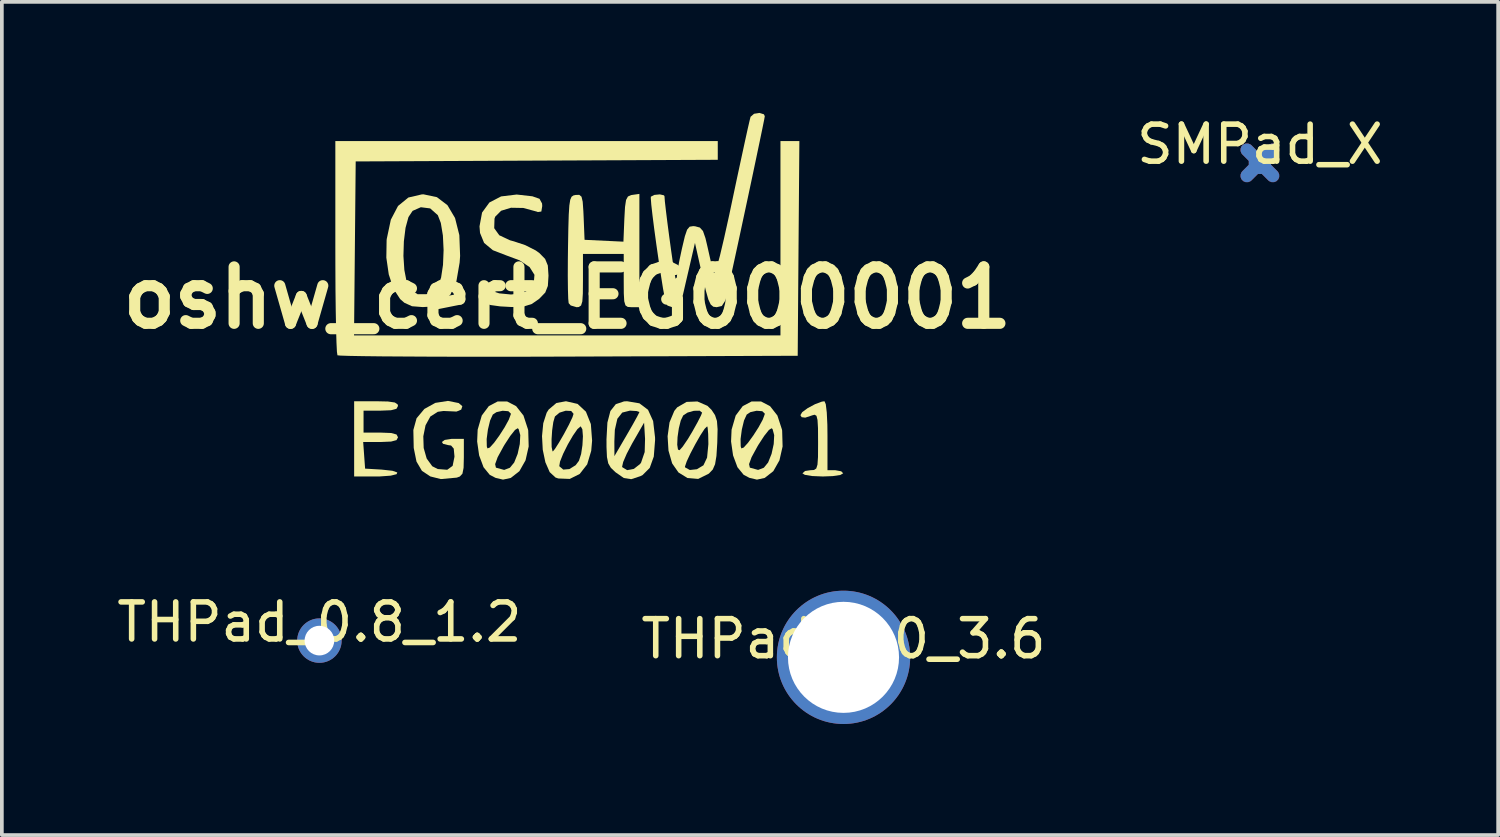
<source format=kicad_pcb>
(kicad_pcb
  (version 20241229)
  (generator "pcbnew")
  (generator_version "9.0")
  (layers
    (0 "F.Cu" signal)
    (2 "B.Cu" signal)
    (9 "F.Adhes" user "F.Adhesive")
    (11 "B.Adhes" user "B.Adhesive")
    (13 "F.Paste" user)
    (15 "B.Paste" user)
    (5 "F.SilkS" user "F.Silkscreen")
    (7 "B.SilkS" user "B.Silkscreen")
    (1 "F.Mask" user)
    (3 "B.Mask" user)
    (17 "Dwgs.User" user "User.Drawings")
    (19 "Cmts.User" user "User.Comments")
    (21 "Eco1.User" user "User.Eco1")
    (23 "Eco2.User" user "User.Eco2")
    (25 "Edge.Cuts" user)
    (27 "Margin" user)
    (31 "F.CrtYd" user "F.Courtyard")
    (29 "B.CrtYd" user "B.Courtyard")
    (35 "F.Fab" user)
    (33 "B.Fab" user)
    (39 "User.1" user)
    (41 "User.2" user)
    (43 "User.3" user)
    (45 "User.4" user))
  (footprint "THPad_3.0_3.6"
    (layer "F.Cu")
    (at 19.732 14.704)
    (property "Reference" "THPad_3.0_3.6" (at 0 -0.5 0) (unlocked yes) (layer "F.SilkS") (effects (font (size 1 1) (thickness 0.15))))
    (attr through_hole board_only exclude_from_pos_files exclude_from_bom)
    (pad "1" thru_hole circle (at 0 0) (size 3.6 3.6) (drill 3) (layers "*.Cu" "*.Mask")))
  (footprint "oshw_cert_EG000001"
    (layer "F.Cu")
    (at 12.272 4.993)
    (property "Reference" "oshw_cert_EG000001" (at 0 0 0) (layer "F.SilkS") (effects (font (size 1.524 1.524) (thickness 0.3))))
    (attr board_only exclude_from_pos_files exclude_from_bom)
    (fp_poly (pts (xy -4.843 2.801) (xy -4.658 2.828) (xy -4.581 2.881) (xy -4.572 2.921) (xy -4.614 2.998) (xy -4.761 3.037) (xy -5.038 3.048) (xy -5.503 3.048) (xy -5.503 3.641) (xy -5.038 3.641) (xy -4.757 3.652) (xy -4.612 3.692) (xy -4.572 3.768) (xy -4.613 3.844) (xy -4.759 3.883) (xy -5.041 3.895) (xy -5.513 3.895) (xy -5.487 4.255) (xy -5.461 4.614) (xy -5.016 4.64) (xy -4.724 4.672) (xy -4.592 4.717) (xy -4.61 4.764) (xy -4.77 4.804) (xy -5.064 4.825) (xy -5.165 4.826) (xy -5.757 4.826) (xy -5.757 2.794) (xy -5.165 2.794)) (stroke (width 0) (type solid)) (fill yes) (layer "F.SilkS"))
    (fp_poly (pts (xy 4.064 -3.727) (xy -0.826 -3.705) (xy -5.715 -3.683) (xy -5.76 1.016) (xy 5.757 1.016) (xy 5.757 -4.233) (xy 6.268 -4.233) (xy 6.245 -1.333) (xy 6.223 1.566) (xy 0.036 1.588) (xy -0.973 1.591) (xy -1.932 1.592) (xy -2.828 1.592) (xy -3.647 1.59) (xy -4.377 1.586) (xy -5.004 1.582) (xy -5.513 1.576) (xy -5.893 1.569) (xy -6.129 1.561) (xy -6.208 1.553) (xy -6.222 1.457) (xy -6.234 1.213) (xy -6.245 0.839) (xy -6.254 0.356) (xy -6.261 -0.217) (xy -6.264 -0.859) (xy -6.265 -1.369) (xy -6.265 -4.233) (xy 4.064 -4.233)) (stroke (width 0) (type solid)) (fill yes) (layer "F.SilkS"))
    (fp_poly (pts (xy 6.981 2.874) (xy 7.008 3.096) (xy 7.024 3.432) (xy 7.027 3.725) (xy 7.027 4.657) (xy 7.239 4.657) (xy 7.398 4.686) (xy 7.451 4.741) (xy 7.373 4.786) (xy 7.167 4.816) (xy 6.9 4.826) (xy 6.613 4.814) (xy 6.416 4.782) (xy 6.35 4.741) (xy 6.422 4.678) (xy 6.562 4.657) (xy 6.661 4.651) (xy 6.724 4.611) (xy 6.757 4.506) (xy 6.771 4.302) (xy 6.773 3.968) (xy 6.773 3.886) (xy 6.771 3.522) (xy 6.758 3.3) (xy 6.73 3.188) (xy 6.68 3.158) (xy 6.625 3.172) (xy 6.427 3.237) (xy 6.33 3.225) (xy 6.296 3.17) (xy 6.344 3.089) (xy 6.494 2.979) (xy 6.69 2.874) (xy 6.874 2.805) (xy 6.946 2.794)) (stroke (width 0) (type solid)) (fill yes) (layer "F.SilkS"))
    (fp_poly (pts (xy -2.933 2.843) (xy -2.835 2.928) (xy -2.865 3.02) (xy -2.992 3.073) (xy -3.093 3.068) (xy -3.344 3.057) (xy -3.498 3.079) (xy -3.699 3.207) (xy -3.829 3.444) (xy -3.889 3.742) (xy -3.879 4.057) (xy -3.798 4.341) (xy -3.647 4.55) (xy -3.499 4.625) (xy -3.243 4.645) (xy -3.097 4.539) (xy -3.048 4.296) (xy -3.048 4.278) (xy -3.067 4.073) (xy -3.139 3.99) (xy -3.217 3.979) (xy -3.355 3.944) (xy -3.387 3.895) (xy -3.312 3.839) (xy -3.129 3.811) (xy -3.09 3.81) (xy -2.794 3.81) (xy -2.794 4.308) (xy -2.801 4.591) (xy -2.832 4.75) (xy -2.903 4.827) (xy -2.985 4.857) (xy -3.416 4.896) (xy -3.699 4.825) (xy -3.926 4.674) (xy -4.073 4.424) (xy -4.148 4.055) (xy -4.158 3.571) (xy -4.071 3.254) (xy -3.86 3.002) (xy -3.564 2.838) (xy -3.223 2.785)) (stroke (width 0) (type solid)) (fill yes) (layer "F.SilkS"))
    (fp_poly (pts (xy 1.947 0.254) (xy 1.736 0.254) (xy 1.633 0.247) (xy 1.571 0.205) (xy 1.538 0.094) (xy 1.526 -0.12) (xy 1.524 -0.466) (xy 1.524 -1.185) (xy 0.423 -1.185) (xy 0.423 -0.466) (xy 0.42 -0.116) (xy 0.406 0.098) (xy 0.372 0.208) (xy 0.311 0.249) (xy 0.251 0.254) (xy 0.092 0.207) (xy 0.037 0.145) (xy 0.025 0.027) (xy 0.017 -0.229) (xy 0.013 -0.593) (xy 0.015 -1.034) (xy 0.019 -1.358) (xy 0.028 -1.873) (xy 0.039 -2.242) (xy 0.055 -2.492) (xy 0.079 -2.646) (xy 0.115 -2.729) (xy 0.167 -2.765) (xy 0.229 -2.778) (xy 0.325 -2.78) (xy 0.384 -2.73) (xy 0.416 -2.594) (xy 0.434 -2.336) (xy 0.441 -2.186) (xy 0.466 -1.566) (xy 0.991 -1.541) (xy 1.516 -1.516) (xy 1.541 -2.134) (xy 1.559 -2.454) (xy 1.587 -2.642) (xy 1.638 -2.736) (xy 1.725 -2.774) (xy 1.757 -2.779) (xy 1.947 -2.806)) (stroke (width 0) (type solid)) (fill yes) (layer "F.SilkS"))
    (fp_poly (pts (xy -3.522 -2.718) (xy -3.237 -2.501) (xy -3.032 -2.155) (xy -2.916 -1.693) (xy -2.895 -1.13) (xy -2.908 -0.951) (xy -2.995 -0.447) (xy -3.155 -0.088) (xy -3.399 0.137) (xy -3.735 0.241) (xy -3.904 0.251) (xy -4.195 0.228) (xy -4.401 0.134) (xy -4.514 0.035) (xy -4.693 -0.24) (xy -4.822 -0.631) (xy -4.888 -1.087) (xy -4.887 -1.13) (xy -4.426 -1.13) (xy -4.401 -0.751) (xy -4.339 -0.432) (xy -4.239 -0.219) (xy -4.239 -0.219) (xy -4.041 -0.096) (xy -3.8 -0.098) (xy -3.577 -0.216) (xy -3.497 -0.309) (xy -3.409 -0.544) (xy -3.357 -0.889) (xy -3.341 -1.288) (xy -3.36 -1.683) (xy -3.416 -2.021) (xy -3.497 -2.231) (xy -3.703 -2.414) (xy -3.956 -2.446) (xy -4.178 -2.348) (xy -4.29 -2.18) (xy -4.369 -1.89) (xy -4.414 -1.525) (xy -4.426 -1.13) (xy -4.887 -1.13) (xy -4.88 -1.558) (xy -4.876 -1.591) (xy -4.766 -2.109) (xy -4.572 -2.48) (xy -4.293 -2.708) (xy -3.928 -2.793) (xy -3.882 -2.794)) (stroke (width 0) (type solid)) (fill yes) (layer "F.SilkS"))
    (fp_poly (pts (xy 1.948 2.85) (xy 2.18 3.025) (xy 2.318 3.329) (xy 2.37 3.771) (xy 2.371 3.844) (xy 2.336 4.288) (xy 2.226 4.595) (xy 2.034 4.787) (xy 1.976 4.817) (xy 1.727 4.899) (xy 1.527 4.868) (xy 1.302 4.712) (xy 1.296 4.706) (xy 1.177 4.592) (xy 1.16 4.564) (xy 1.48 4.564) (xy 1.483 4.574) (xy 1.616 4.655) (xy 1.798 4.621) (xy 1.966 4.488) (xy 1.992 4.453) (xy 2.09 4.166) (xy 2.1 3.811) (xy 2.074 3.373) (xy 1.753 3.932) (xy 1.606 4.21) (xy 1.509 4.435) (xy 1.48 4.564) (xy 1.16 4.564) (xy 1.106 4.472) (xy 1.071 4.301) (xy 1.059 4.031) (xy 1.059 3.879) (xy 1.271 3.879) (xy 1.273 4.276) (xy 1.61 3.698) (xy 1.768 3.423) (xy 1.887 3.208) (xy 1.945 3.093) (xy 1.947 3.084) (xy 1.874 3.059) (xy 1.696 3.048) (xy 1.691 3.048) (xy 1.484 3.1) (xy 1.352 3.267) (xy 1.284 3.566) (xy 1.271 3.879) (xy 1.059 3.879) (xy 1.058 3.826) (xy 1.083 3.37) (xy 1.164 3.058) (xy 1.31 2.873) (xy 1.532 2.798) (xy 1.615 2.794)) (stroke (width 0) (type solid)) (fill yes) (layer "F.SilkS"))
    (fp_poly (pts (xy -1.625 2.8) (xy -1.382 2.927) (xy -1.184 3.179) (xy -1.061 3.556) (xy -1.055 3.589) (xy -1.043 4.015) (xy -1.128 4.39) (xy -1.294 4.683) (xy -1.526 4.865) (xy -1.736 4.911) (xy -1.939 4.863) (xy -2.095 4.781) (xy -2.263 4.575) (xy -2.293 4.493) (xy -1.949 4.493) (xy -1.928 4.586) (xy -1.922 4.589) (xy -1.705 4.649) (xy -1.55 4.59) (xy -1.434 4.448) (xy -1.341 4.215) (xy -1.283 3.95) (xy -1.27 3.709) (xy -1.314 3.547) (xy -1.339 3.523) (xy -1.412 3.569) (xy -1.54 3.73) (xy -1.698 3.973) (xy -1.716 4.003) (xy -1.881 4.305) (xy -1.949 4.493) (xy -2.293 4.493) (xy -2.381 4.257) (xy -2.435 3.88) (xy -2.432 3.815) (xy -2.178 3.815) (xy -2.174 4.014) (xy -2.157 4.068) (xy -2.093 4.044) (xy -1.976 3.914) (xy -1.833 3.717) (xy -1.692 3.497) (xy -1.58 3.292) (xy -1.526 3.146) (xy -1.524 3.128) (xy -1.592 3.063) (xy -1.746 3.051) (xy -1.914 3.089) (xy -2.012 3.154) (xy -2.085 3.314) (xy -2.144 3.558) (xy -2.178 3.815) (xy -2.432 3.815) (xy -2.421 3.562) (xy -2.31 3.18) (xy -2.12 2.926) (xy -1.881 2.8)) (stroke (width 0) (type solid)) (fill yes) (layer "F.SilkS"))
    (fp_poly (pts (xy -0.942 -2.741) (xy -0.751 -2.674) (xy -0.682 -2.548) (xy -0.677 -2.478) (xy -0.701 -2.33) (xy -0.794 -2.316) (xy -0.826 -2.328) (xy -1.188 -2.426) (xy -1.521 -2.432) (xy -1.787 -2.351) (xy -1.947 -2.191) (xy -1.966 -2.137) (xy -1.974 -1.88) (xy -1.837 -1.689) (xy -1.547 -1.553) (xy -1.441 -1.524) (xy -1.133 -1.421) (xy -0.853 -1.279) (xy -0.757 -1.211) (xy -0.599 -1.05) (xy -0.526 -0.872) (xy -0.508 -0.603) (xy -0.508 -0.593) (xy -0.525 -0.321) (xy -0.595 -0.142) (xy -0.751 0.02) (xy -0.768 0.035) (xy -0.961 0.168) (xy -1.17 0.233) (xy -1.467 0.249) (xy -1.509 0.249) (xy -1.813 0.232) (xy -2.072 0.196) (xy -2.18 0.167) (xy -2.34 0.026) (xy -2.371 -0.126) (xy -2.361 -0.269) (xy -2.302 -0.297) (xy -2.146 -0.227) (xy -2.121 -0.214) (xy -1.838 -0.12) (xy -1.52 -0.089) (xy -1.234 -0.122) (xy -1.083 -0.191) (xy -0.905 -0.403) (xy -0.887 -0.621) (xy -1.019 -0.83) (xy -1.292 -1.013) (xy -1.626 -1.137) (xy -2.01 -1.285) (xy -2.247 -1.482) (xy -2.357 -1.751) (xy -2.371 -1.929) (xy -2.302 -2.302) (xy -2.104 -2.574) (xy -1.788 -2.738) (xy -1.366 -2.789)) (stroke (width 0) (type solid)) (fill yes) (layer "F.SilkS"))
    (fp_poly (pts (xy 5.233 2.8) (xy 5.476 2.927) (xy 5.674 3.179) (xy 5.797 3.556) (xy 5.803 3.589) (xy 5.815 4.015) (xy 5.73 4.39) (xy 5.564 4.683) (xy 5.332 4.865) (xy 5.122 4.911) (xy 4.919 4.863) (xy 4.763 4.781) (xy 4.595 4.575) (xy 4.565 4.493) (xy 4.909 4.493) (xy 4.93 4.586) (xy 4.936 4.589) (xy 5.153 4.649) (xy 5.308 4.59) (xy 5.424 4.448) (xy 5.517 4.215) (xy 5.575 3.95) (xy 5.588 3.709) (xy 5.544 3.547) (xy 5.519 3.523) (xy 5.446 3.569) (xy 5.318 3.73) (xy 5.16 3.973) (xy 5.142 4.003) (xy 4.977 4.305) (xy 4.909 4.493) (xy 4.565 4.493) (xy 4.477 4.257) (xy 4.423 3.88) (xy 4.426 3.815) (xy 4.68 3.815) (xy 4.684 4.014) (xy 4.701 4.068) (xy 4.765 4.044) (xy 4.882 3.914) (xy 5.025 3.717) (xy 5.166 3.497) (xy 5.278 3.292) (xy 5.332 3.146) (xy 5.334 3.128) (xy 5.266 3.063) (xy 5.112 3.051) (xy 4.944 3.089) (xy 4.846 3.154) (xy 4.773 3.314) (xy 4.714 3.558) (xy 4.68 3.815) (xy 4.426 3.815) (xy 4.437 3.562) (xy 4.548 3.18) (xy 4.738 2.926) (xy 4.977 2.8)) (stroke (width 0) (type solid)) (fill yes) (layer "F.SilkS"))
    (fp_poly (pts (xy 0.277 2.866) (xy 0.503 3.076) (xy 0.636 3.41) (xy 0.67 3.858) (xy 0.646 4.134) (xy 0.537 4.499) (xy 0.335 4.758) (xy 0.066 4.892) (xy -0.243 4.88) (xy -0.319 4.854) (xy -0.476 4.708) (xy -0.546 4.547) (xy -0.217 4.547) (xy -0.216 4.549) (xy -0.109 4.64) (xy 0.057 4.626) (xy 0.226 4.521) (xy 0.314 4.403) (xy 0.373 4.22) (xy 0.409 3.981) (xy 0.422 3.74) (xy 0.407 3.552) (xy 0.363 3.473) (xy 0.36 3.473) (xy 0.275 3.545) (xy 0.151 3.724) (xy 0.013 3.962) (xy -0.111 4.211) (xy -0.196 4.423) (xy -0.217 4.547) (xy -0.546 4.547) (xy -0.592 4.443) (xy -0.663 4.104) (xy -0.678 3.822) (xy -0.425 3.822) (xy -0.423 4.029) (xy -0.4 4.142) (xy -0.389 4.149) (xy -0.333 4.081) (xy -0.221 3.905) (xy -0.093 3.684) (xy 0.044 3.428) (xy 0.139 3.227) (xy 0.169 3.134) (xy 0.105 3.057) (xy -0.043 3.05) (xy -0.21 3.102) (xy -0.33 3.202) (xy -0.336 3.212) (xy -0.378 3.357) (xy -0.409 3.579) (xy -0.425 3.822) (xy -0.678 3.822) (xy -0.683 3.737) (xy -0.649 3.388) (xy -0.557 3.103) (xy -0.502 3.017) (xy -0.294 2.841) (xy -0.036 2.794)) (stroke (width 0) (type solid)) (fill yes) (layer "F.SilkS"))
    (fp_poly (pts (xy 3.785 2.918) (xy 3.896 3.027) (xy 3.99 3.169) (xy 4.042 3.327) (xy 4.059 3.552) (xy 4.051 3.893) (xy 4.05 3.924) (xy 4.028 4.272) (xy 3.991 4.495) (xy 3.929 4.638) (xy 3.828 4.744) (xy 3.821 4.75) (xy 3.535 4.892) (xy 3.244 4.867) (xy 3.002 4.717) (xy 2.891 4.558) (xy 3.178 4.558) (xy 3.179 4.579) (xy 3.31 4.651) (xy 3.501 4.63) (xy 3.677 4.524) (xy 3.775 4.317) (xy 3.81 3.956) (xy 3.81 3.931) (xy 3.805 3.678) (xy 3.791 3.511) (xy 3.778 3.471) (xy 3.708 3.54) (xy 3.593 3.716) (xy 3.458 3.953) (xy 3.326 4.203) (xy 3.225 4.42) (xy 3.178 4.558) (xy 2.891 4.558) (xy 2.831 4.471) (xy 2.733 4.127) (xy 2.723 3.967) (xy 2.969 3.967) (xy 2.989 4.099) (xy 3.031 4.117) (xy 3.119 4.017) (xy 3.256 3.816) (xy 3.381 3.607) (xy 3.518 3.361) (xy 3.612 3.176) (xy 3.641 3.101) (xy 3.574 3.049) (xy 3.42 3.052) (xy 3.248 3.1) (xy 3.13 3.178) (xy 3.064 3.316) (xy 3.012 3.527) (xy 2.978 3.76) (xy 2.969 3.967) (xy 2.723 3.967) (xy 2.709 3.739) (xy 2.761 3.364) (xy 2.89 3.055) (xy 2.968 2.959) (xy 3.222 2.812) (xy 3.514 2.8)) (stroke (width 0) (type solid)) (fill yes) (layer "F.SilkS"))
    (fp_poly (pts (xy 5.31 -4.956) (xy 5.334 -4.905) (xy 5.317 -4.809) (xy 5.269 -4.572) (xy 5.196 -4.22) (xy 5.103 -3.776) (xy 4.996 -3.268) (xy 4.879 -2.718) (xy 4.758 -2.153) (xy 4.639 -1.597) (xy 4.526 -1.076) (xy 4.425 -0.613) (xy 4.342 -0.234) (xy 4.281 0.035) (xy 4.275 0.064) (xy 4.173 0.222) (xy 4.034 0.254) (xy 3.943 0.241) (xy 3.873 0.181) (xy 3.81 0.047) (xy 3.742 -0.192) (xy 3.654 -0.565) (xy 3.643 -0.614) (xy 3.448 -1.482) (xy 3.291 -0.804) (xy 3.211 -0.462) (xy 3.142 -0.163) (xy 3.095 0.038) (xy 3.089 0.064) (xy 2.995 0.203) (xy 2.844 0.257) (xy 2.707 0.211) (xy 2.665 0.148) (xy 2.633 0.01) (xy 2.585 -0.252) (xy 2.529 -0.604) (xy 2.467 -1.011) (xy 2.405 -1.44) (xy 2.348 -1.857) (xy 2.301 -2.228) (xy 2.268 -2.518) (xy 2.255 -2.694) (xy 2.257 -2.731) (xy 2.353 -2.779) (xy 2.5 -2.793) (xy 2.61 -2.768) (xy 2.625 -2.744) (xy 2.635 -2.605) (xy 2.664 -2.35) (xy 2.705 -2.018) (xy 2.754 -1.646) (xy 2.805 -1.273) (xy 2.853 -0.938) (xy 2.893 -0.679) (xy 2.92 -0.535) (xy 2.926 -0.517) (xy 2.958 -0.55) (xy 2.963 -0.611) (xy 2.981 -0.754) (xy 3.028 -1.009) (xy 3.095 -1.323) (xy 3.101 -1.349) (xy 3.175 -1.661) (xy 3.236 -1.84) (xy 3.305 -1.921) (xy 3.401 -1.936) (xy 3.454 -1.931) (xy 3.58 -1.897) (xy 3.664 -1.804) (xy 3.731 -1.612) (xy 3.782 -1.397) (xy 3.852 -1.086) (xy 3.915 -0.812) (xy 3.947 -0.677) (xy 3.98 -0.675) (xy 4.038 -0.828) (xy 4.123 -1.138) (xy 4.234 -1.607) (xy 4.374 -2.24) (xy 4.455 -2.625) (xy 4.579 -3.21) (xy 4.694 -3.744) (xy 4.793 -4.202) (xy 4.872 -4.561) (xy 4.927 -4.799) (xy 4.95 -4.889) (xy 5.044 -4.97) (xy 5.191 -4.993)) (stroke (width 0) (type solid)) (fill yes) (layer "F.SilkS")))
  (footprint "THPad_0.8_1.2"
    (layer "F.Cu")
    (at 5.577 14.252)
    (property "Reference" "THPad_0.8_1.2" (at 0 -0.5 0) (unlocked yes) (layer "F.SilkS") (effects (font (size 1 1) (thickness 0.15))))
    (attr through_hole board_only exclude_from_pos_files exclude_from_bom)
    (pad "1" thru_hole circle (at 0 0) (size 1.2 1.2) (drill 0.8) (layers "*.Cu" "*.Mask")))
  (footprint "SMPad_X"
    (layer "F.Cu")
    (at 30.978 1.348)
    (property "Reference" "SMPad_X" (at 0 -0.5 0) (unlocked yes) (layer "F.SilkS") (effects (font (size 1 1) (thickness 0.15))))
    (attr smd board_only exclude_from_pos_files exclude_from_bom)
    (pad "1" smd custom (at 0 0) (size 0.6 0.6) (layers "F.Cu" "F.Mask") (options (anchor rect)) (primitives (gr_line (start 0.35 -0.35) (end -0.35 0.35) (width 0.35)) (gr_line (start -0.35 -0.35) (end 0.35 0.35) (width 0.35))))
    (pad "1" smd custom (at 0 0) (size 0.6 0.6) (layers "B.Cu" "B.Mask") (options (anchor rect)) (primitives (gr_line (start 0.35 0.35) (end -0.35 -0.35) (width 0.35)) (gr_line (start -0.35 0.35) (end 0.35 -0.35) (width 0.35)))))
  (gr_rect
    (start -3 -3)
    (end 37.413 19.504)
    (stroke (width 0.1) (type default))
    (fill no)
    (layer "Edge.Cuts")))
</source>
